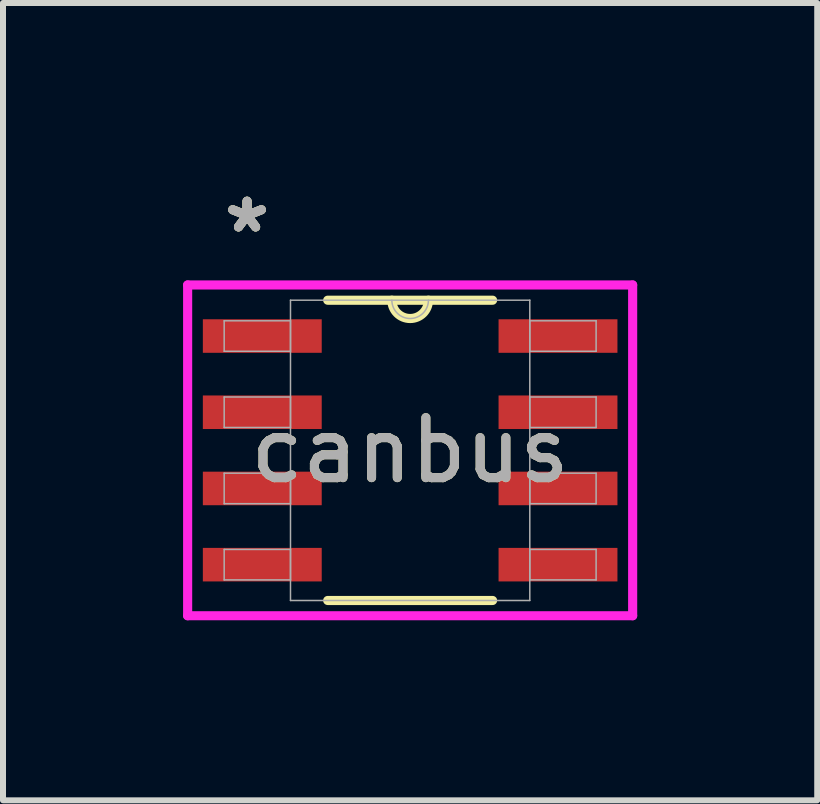
<source format=kicad_pcb>
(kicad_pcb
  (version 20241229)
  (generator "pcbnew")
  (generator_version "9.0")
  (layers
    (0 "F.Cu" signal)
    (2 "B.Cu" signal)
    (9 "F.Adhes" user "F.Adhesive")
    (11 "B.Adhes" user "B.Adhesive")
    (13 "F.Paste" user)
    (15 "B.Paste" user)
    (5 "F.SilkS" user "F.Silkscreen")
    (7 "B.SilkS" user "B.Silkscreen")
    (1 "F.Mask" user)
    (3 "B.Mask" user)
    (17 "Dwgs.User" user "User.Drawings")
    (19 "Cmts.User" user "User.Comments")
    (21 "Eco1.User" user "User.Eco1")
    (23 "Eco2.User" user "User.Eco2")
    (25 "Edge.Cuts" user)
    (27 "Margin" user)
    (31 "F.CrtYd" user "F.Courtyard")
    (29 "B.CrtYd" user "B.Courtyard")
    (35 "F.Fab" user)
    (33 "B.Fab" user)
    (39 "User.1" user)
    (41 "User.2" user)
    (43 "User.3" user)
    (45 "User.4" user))
  (footprint "canbus"
    (layer "F.Cu")
    (at 3.785 4.455)
    (property "Reference" "canbus" (at 0 0 0) (unlocked yes) (layer "F.SilkS") (effects (font (size 1 1) (thickness 0.15))))
    (attr smd)
    (fp_line (start -1.374 2.502) (end 1.374 2.502) (stroke (width 0.152) (type solid)) (layer "F.SilkS"))
    (fp_line (start 1.374 -2.502) (end -1.374 -2.502) (stroke (width 0.152) (type solid)) (layer "F.SilkS"))
    (fp_arc (start 0.3048 -2.5019) (mid 0 -2.1971) (end -0.3048 -2.5019) (stroke (width 0.1524) (type solid)) (layer "F.SilkS"))
    (fp_line (start -3.708 -2.756) (end 3.708 -2.756) (stroke (width 0.152) (type solid)) (layer "F.CrtYd"))
    (fp_line (start -3.708 2.756) (end -3.708 -2.756) (stroke (width 0.152) (type solid)) (layer "F.CrtYd"))
    (fp_line (start 3.708 -2.756) (end 3.708 2.756) (stroke (width 0.152) (type solid)) (layer "F.CrtYd"))
    (fp_line (start 3.708 2.756) (end -3.708 2.756) (stroke (width 0.152) (type solid)) (layer "F.CrtYd"))
    (fp_line (start -3.099 -2.159) (end -3.099 -1.651) (stroke (width 0.025) (type solid)) (layer "F.Fab"))
    (fp_line (start -3.099 -1.651) (end -1.994 -1.651) (stroke (width 0.025) (type solid)) (layer "F.Fab"))
    (fp_line (start -3.099 -0.889) (end -3.099 -0.381) (stroke (width 0.025) (type solid)) (layer "F.Fab"))
    (fp_line (start -3.099 -0.381) (end -1.994 -0.381) (stroke (width 0.025) (type solid)) (layer "F.Fab"))
    (fp_line (start -3.099 0.381) (end -3.099 0.889) (stroke (width 0.025) (type solid)) (layer "F.Fab"))
    (fp_line (start -3.099 0.889) (end -1.994 0.889) (stroke (width 0.025) (type solid)) (layer "F.Fab"))
    (fp_line (start -3.099 1.651) (end -3.099 2.159) (stroke (width 0.025) (type solid)) (layer "F.Fab"))
    (fp_line (start -3.099 2.159) (end -1.994 2.159) (stroke (width 0.025) (type solid)) (layer "F.Fab"))
    (fp_line (start -1.994 -2.502) (end -1.994 2.502) (stroke (width 0.025) (type solid)) (layer "F.Fab"))
    (fp_line (start -1.994 -2.159) (end -3.099 -2.159) (stroke (width 0.025) (type solid)) (layer "F.Fab"))
    (fp_line (start -1.994 -1.651) (end -1.994 -2.159) (stroke (width 0.025) (type solid)) (layer "F.Fab"))
    (fp_line (start -1.994 -0.889) (end -3.099 -0.889) (stroke (width 0.025) (type solid)) (layer "F.Fab"))
    (fp_line (start -1.994 -0.381) (end -1.994 -0.889) (stroke (width 0.025) (type solid)) (layer "F.Fab"))
    (fp_line (start -1.994 0.381) (end -3.099 0.381) (stroke (width 0.025) (type solid)) (layer "F.Fab"))
    (fp_line (start -1.994 0.889) (end -1.994 0.381) (stroke (width 0.025) (type solid)) (layer "F.Fab"))
    (fp_line (start -1.994 1.651) (end -3.099 1.651) (stroke (width 0.025) (type solid)) (layer "F.Fab"))
    (fp_line (start -1.994 2.159) (end -1.994 1.651) (stroke (width 0.025) (type solid)) (layer "F.Fab"))
    (fp_line (start -1.994 2.502) (end 1.994 2.502) (stroke (width 0.025) (type solid)) (layer "F.Fab"))
    (fp_line (start 1.994 -2.502) (end -1.994 -2.502) (stroke (width 0.025) (type solid)) (layer "F.Fab"))
    (fp_line (start 1.994 -2.159) (end 1.994 -1.651) (stroke (width 0.025) (type solid)) (layer "F.Fab"))
    (fp_line (start 1.994 -1.651) (end 3.099 -1.651) (stroke (width 0.025) (type solid)) (layer "F.Fab"))
    (fp_line (start 1.994 -0.889) (end 1.994 -0.381) (stroke (width 0.025) (type solid)) (layer "F.Fab"))
    (fp_line (start 1.994 -0.381) (end 3.099 -0.381) (stroke (width 0.025) (type solid)) (layer "F.Fab"))
    (fp_line (start 1.994 0.381) (end 1.994 0.889) (stroke (width 0.025) (type solid)) (layer "F.Fab"))
    (fp_line (start 1.994 0.889) (end 3.099 0.889) (stroke (width 0.025) (type solid)) (layer "F.Fab"))
    (fp_line (start 1.994 1.651) (end 1.994 2.159) (stroke (width 0.025) (type solid)) (layer "F.Fab"))
    (fp_line (start 1.994 2.159) (end 3.099 2.159) (stroke (width 0.025) (type solid)) (layer "F.Fab"))
    (fp_line (start 1.994 2.502) (end 1.994 -2.502) (stroke (width 0.025) (type solid)) (layer "F.Fab"))
    (fp_line (start 3.099 -2.159) (end 1.994 -2.159) (stroke (width 0.025) (type solid)) (layer "F.Fab"))
    (fp_line (start 3.099 -1.651) (end 3.099 -2.159) (stroke (width 0.025) (type solid)) (layer "F.Fab"))
    (fp_line (start 3.099 -0.889) (end 1.994 -0.889) (stroke (width 0.025) (type solid)) (layer "F.Fab"))
    (fp_line (start 3.099 -0.381) (end 3.099 -0.889) (stroke (width 0.025) (type solid)) (layer "F.Fab"))
    (fp_line (start 3.099 0.381) (end 1.994 0.381) (stroke (width 0.025) (type solid)) (layer "F.Fab"))
    (fp_line (start 3.099 0.889) (end 3.099 0.381) (stroke (width 0.025) (type solid)) (layer "F.Fab"))
    (fp_line (start 3.099 1.651) (end 1.994 1.651) (stroke (width 0.025) (type solid)) (layer "F.Fab"))
    (fp_line (start 3.099 2.159) (end 3.099 1.651) (stroke (width 0.025) (type solid)) (layer "F.Fab"))
    (fp_arc (start 0.3048 -2.5019) (mid 0 -2.1971) (end -0.3048 -2.5019) (stroke (width 0.0254) (type solid)) (layer "F.Fab"))
    (fp_text user "*" (at -2.718 -3.607 0) (unlocked yes) (layer "F.SilkS") (effects (font (size 1 1) (thickness 0.15))))
    (fp_text user "*" (at -2.718 -3.607 0) (layer "F.SilkS") (effects (font (size 1 1) (thickness 0.15))))
    (fp_text user "${REFERENCE}" (at 0 0 0) (unlocked yes) (layer "F.Fab") (effects (font (size 1 1) (thickness 0.15))))
    (fp_text user "*" (at -2.718 -3.607 0) (layer "F.Fab") (effects (font (size 1 1) (thickness 0.15))))
    (fp_text user "*" (at -2.718 -3.607 0) (unlocked yes) (layer "F.Fab") (effects (font (size 1 1) (thickness 0.15))))
    (pad "1" smd rect (at -2.464 -1.905) (size 1.981 0.559) (layers "F.Cu" "F.Mask" "F.Paste"))
    (pad "2" smd rect (at -2.464 -0.635) (size 1.981 0.559) (layers "F.Cu" "F.Mask" "F.Paste"))
    (pad "3" smd rect (at -2.464 0.635) (size 1.981 0.559) (layers "F.Cu" "F.Mask" "F.Paste"))
    (pad "4" smd rect (at -2.464 1.905) (size 1.981 0.559) (layers "F.Cu" "F.Mask" "F.Paste"))
    (pad "5" smd rect (at 2.464 1.905) (size 1.981 0.559) (layers "F.Cu" "F.Mask" "F.Paste"))
    (pad "6" smd rect (at 2.464 0.635) (size 1.981 0.559) (layers "F.Cu" "F.Mask" "F.Paste"))
    (pad "7" smd rect (at 2.464 -0.635) (size 1.981 0.559) (layers "F.Cu" "F.Mask" "F.Paste"))
    (pad "8" smd rect (at 2.464 -1.905) (size 1.981 0.559) (layers "F.Cu" "F.Mask" "F.Paste")))
  (gr_rect
    (start -3 -3)
    (end 10.569 10.287)
    (stroke (width 0.1) (type default))
    (fill no)
    (layer "Edge.Cuts")))
</source>
